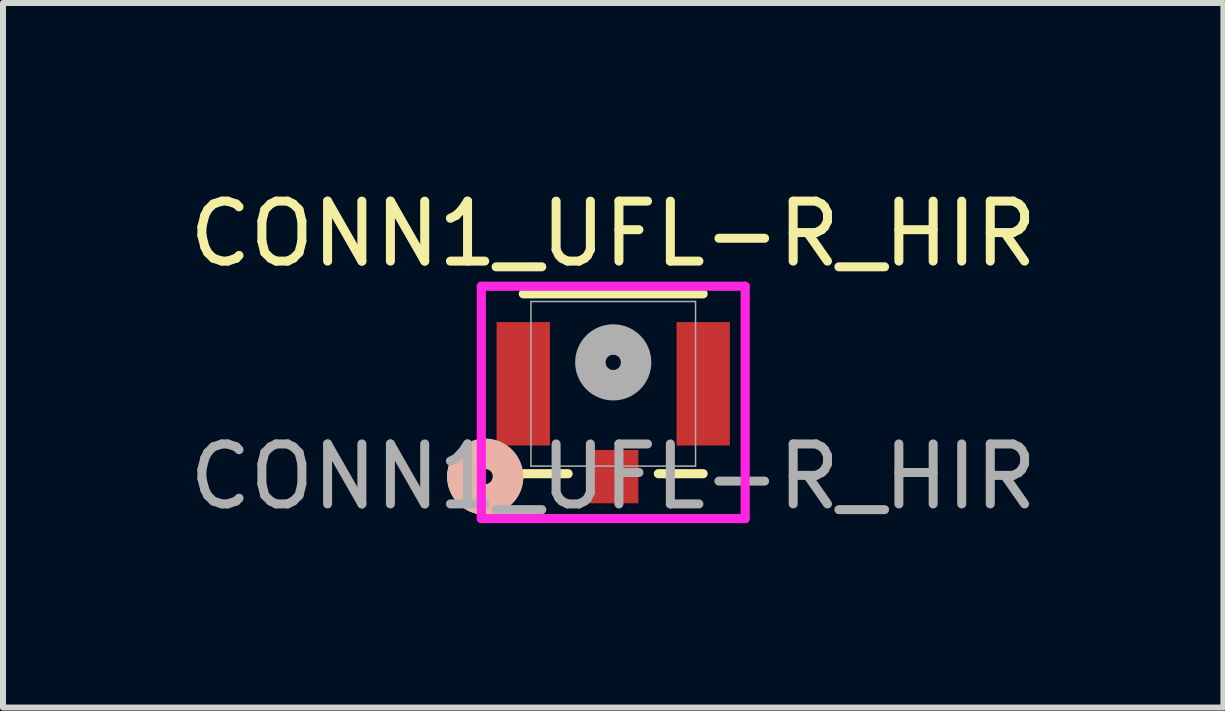
<source format=kicad_pcb>
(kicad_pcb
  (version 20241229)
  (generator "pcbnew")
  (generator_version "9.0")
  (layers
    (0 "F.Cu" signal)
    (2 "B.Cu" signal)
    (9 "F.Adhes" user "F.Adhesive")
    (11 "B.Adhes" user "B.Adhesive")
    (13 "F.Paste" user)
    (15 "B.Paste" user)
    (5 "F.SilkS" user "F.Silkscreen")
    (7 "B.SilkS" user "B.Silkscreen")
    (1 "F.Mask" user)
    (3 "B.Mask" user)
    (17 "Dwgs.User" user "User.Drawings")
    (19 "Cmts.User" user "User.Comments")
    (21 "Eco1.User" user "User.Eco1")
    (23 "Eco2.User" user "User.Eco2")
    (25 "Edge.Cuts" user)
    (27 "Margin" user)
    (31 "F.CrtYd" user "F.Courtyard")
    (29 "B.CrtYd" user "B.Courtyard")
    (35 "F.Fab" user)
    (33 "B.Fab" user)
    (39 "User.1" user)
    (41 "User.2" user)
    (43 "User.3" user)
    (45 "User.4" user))
  (footprint "CONN1_UFL-R_HIR"
    (layer "F.Cu")
    (at 7.173 3.348)
    (property "Reference" "CONN1_UFL-R_HIR" (at 0 -2.5 0) (unlocked yes) (layer "F.SilkS") (effects (font (size 1 1) (thickness 0.15))))
    (attr smd)
    (fp_line (start -1.499 1.499) (end -0.752 1.499) (stroke (width 0.152) (type solid)) (layer "F.SilkS"))
    (fp_line (start 0.752 1.499) (end 1.499 1.499) (stroke (width 0.152) (type solid)) (layer "F.SilkS"))
    (fp_line (start 1.499 -1.499) (end -1.499 -1.499) (stroke (width 0.152) (type solid)) (layer "F.SilkS"))
    (fp_arc (start -1.7526 1.548399) (mid -2.285063 1.897999) (end -2.394175 1.27044) (stroke (width 0.508) (type solid)) (layer "F.SilkS"))
    (fp_circle (center -2.134 1.548) (end -1.753 1.548) (stroke (width 0.508) (type solid)) (fill no) (layer "B.SilkS"))
    (fp_line (start -2.199 -1.626) (end -2.199 2.247) (stroke (width 0.152) (type solid)) (layer "F.CrtYd"))
    (fp_line (start -2.199 2.247) (end 2.199 2.247) (stroke (width 0.152) (type solid)) (layer "F.CrtYd"))
    (fp_line (start 2.199 -1.626) (end -2.199 -1.626) (stroke (width 0.152) (type solid)) (layer "F.CrtYd"))
    (fp_line (start 2.199 2.247) (end 2.199 -1.626) (stroke (width 0.152) (type solid)) (layer "F.CrtYd"))
    (fp_line (start -1.372 -1.372) (end -1.372 1.372) (stroke (width 0.025) (type solid)) (layer "F.Fab"))
    (fp_line (start -1.372 1.372) (end 1.372 1.372) (stroke (width 0.025) (type solid)) (layer "F.Fab"))
    (fp_line (start 1.372 -1.372) (end -1.372 -1.372) (stroke (width 0.025) (type solid)) (layer "F.Fab"))
    (fp_line (start 1.372 1.372) (end 1.372 -1.372) (stroke (width 0.025) (type solid)) (layer "F.Fab"))
    (fp_circle (center 0 -0.357) (end 0.381 -0.357) (stroke (width 0.508) (type solid)) (fill no) (layer "F.Fab"))
    (fp_text user "${REFERENCE}" (at 0 1.548 0) (unlocked yes) (layer "F.Fab") (effects (font (size 1 1) (thickness 0.15))))
    (pad "1" smd rect (at 0 1.548) (size 0.838 0.889) (layers "F.Cu" "F.Mask" "F.Paste"))
    (pad "2" smd rect (at -1.5 0) (size 0.889 2.057) (layers "F.Cu" "F.Mask" "F.Paste"))
    (pad "3" smd rect (at 1.5 0) (size 0.889 2.057) (layers "F.Cu" "F.Mask" "F.Paste")))
  (gr_rect
    (start -3 -3)
    (end 17.345 8.745)
    (stroke (width 0.1) (type default))
    (fill no)
    (layer "Edge.Cuts")))
</source>
